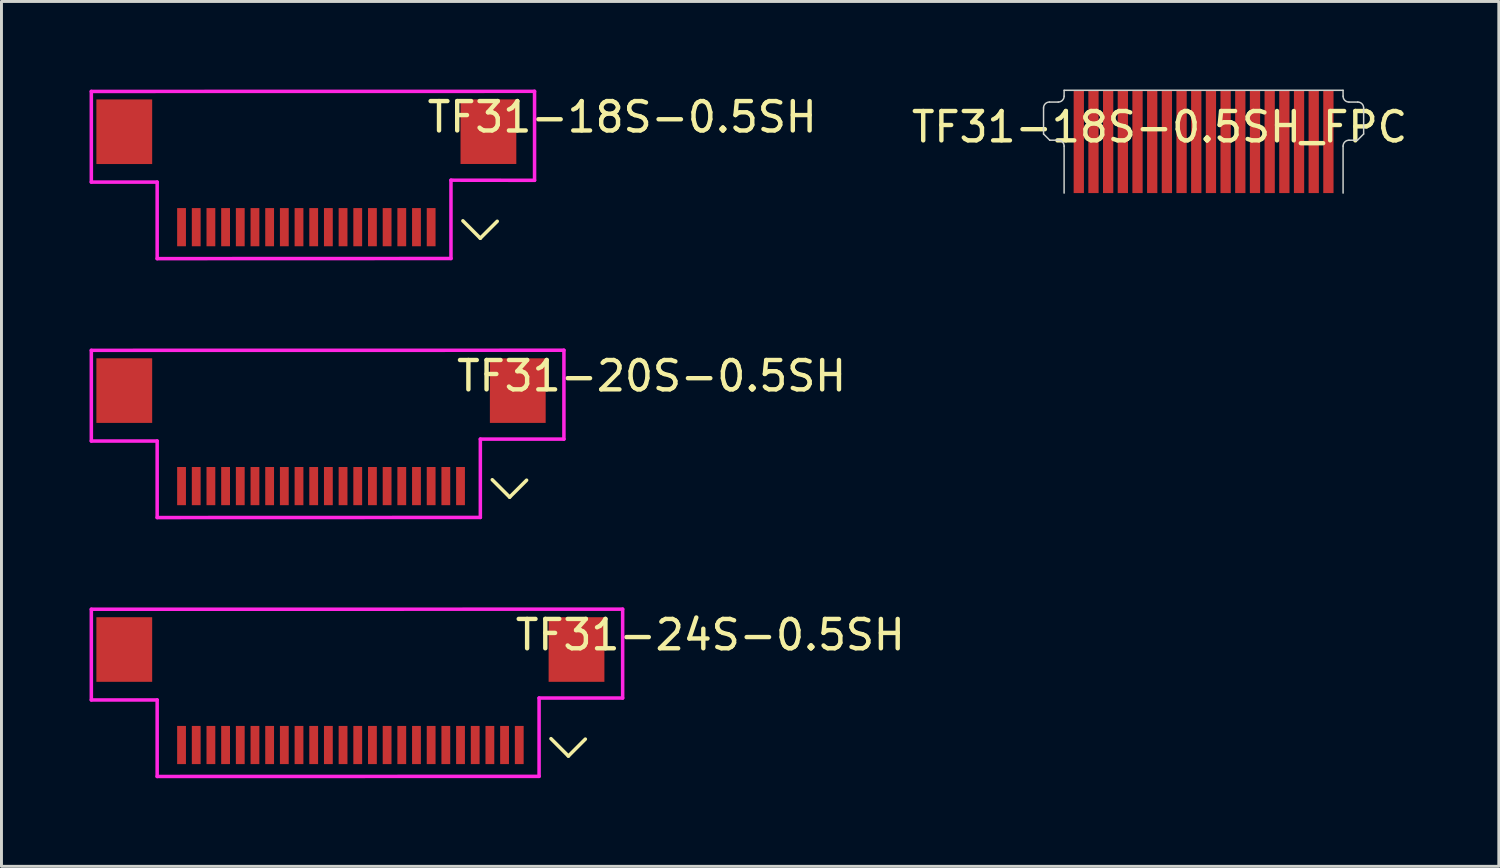
<source format=kicad_pcb>
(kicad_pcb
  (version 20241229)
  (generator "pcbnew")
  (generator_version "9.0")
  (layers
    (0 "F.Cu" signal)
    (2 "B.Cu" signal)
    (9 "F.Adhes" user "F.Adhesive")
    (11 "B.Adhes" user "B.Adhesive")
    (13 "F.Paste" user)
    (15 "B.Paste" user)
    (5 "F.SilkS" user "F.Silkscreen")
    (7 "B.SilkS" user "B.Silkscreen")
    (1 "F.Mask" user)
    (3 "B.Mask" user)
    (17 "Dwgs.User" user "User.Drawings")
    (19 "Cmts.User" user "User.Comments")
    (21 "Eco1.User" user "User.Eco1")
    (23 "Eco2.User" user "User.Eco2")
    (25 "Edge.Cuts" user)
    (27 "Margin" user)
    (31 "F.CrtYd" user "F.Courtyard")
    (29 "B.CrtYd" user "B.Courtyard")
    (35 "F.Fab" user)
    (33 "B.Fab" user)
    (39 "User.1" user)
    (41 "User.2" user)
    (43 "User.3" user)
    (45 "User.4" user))
  (footprint "TF31-18S-0.5SH"
    (layer "F.Cu")
    (at 7.132 4.686)
    (property "Reference" "TF31-18S-0.5SH" (at 11.006 -3.749 0) (unlocked yes) (layer "F.SilkS") (effects (font (size 1 1) (thickness 0.15))))
    (attr smd)
    (fp_line (start 5.581 -0.216) (end 6.173 0.376) (stroke (width 0.12) (type solid)) (layer "F.SilkS"))
    (fp_line (start 6.173 0.376) (end 6.75 -0.201) (stroke (width 0.12) (type solid)) (layer "F.SilkS"))
    (fp_line (start -7.072 -4.623) (end 8.021 -4.626) (stroke (width 0.12) (type solid)) (layer "F.CrtYd"))
    (fp_line (start -7.072 -1.535) (end -7.072 -4.623) (stroke (width 0.12) (type solid)) (layer "F.CrtYd"))
    (fp_line (start -4.83 -1.535) (end -7.072 -1.535) (stroke (width 0.12) (type solid)) (layer "F.CrtYd"))
    (fp_line (start -4.83 1.071) (end -4.83 -1.535) (stroke (width 0.12) (type solid)) (layer "F.CrtYd"))
    (fp_line (start 5.175 -1.6) (end 5.175 1.067) (stroke (width 0.12) (type solid)) (layer "F.CrtYd"))
    (fp_line (start 5.175 1.067) (end -4.83 1.071) (stroke (width 0.12) (type solid)) (layer "F.CrtYd"))
    (fp_line (start 8.021 -4.626) (end 8.021 -1.596) (stroke (width 0.12) (type solid)) (layer "F.CrtYd"))
    (fp_line (start 8.021 -1.596) (end 5.175 -1.6) (stroke (width 0.12) (type solid)) (layer "F.CrtYd"))
    (pad "1" smd rect (at 4.5 0) (size 0.3 1.3) (layers "F.Cu" "F.Mask" "F.Paste"))
    (pad "2" smd rect (at 4 0) (size 0.3 1.3) (layers "F.Cu" "F.Mask" "F.Paste"))
    (pad "3" smd rect (at 3.5 0) (size 0.3 1.3) (layers "F.Cu" "F.Mask" "F.Paste"))
    (pad "4" smd rect (at 3 0) (size 0.3 1.3) (layers "F.Cu" "F.Mask" "F.Paste"))
    (pad "5" smd rect (at 2.5 0) (size 0.3 1.3) (layers "F.Cu" "F.Mask" "F.Paste"))
    (pad "6" smd rect (at 2 0) (size 0.3 1.3) (layers "F.Cu" "F.Mask" "F.Paste"))
    (pad "7" smd rect (at 1.5 0) (size 0.3 1.3) (layers "F.Cu" "F.Mask" "F.Paste"))
    (pad "8" smd rect (at 1 0) (size 0.3 1.3) (layers "F.Cu" "F.Mask" "F.Paste"))
    (pad "9" smd rect (at 0.5 0) (size 0.3 1.3) (layers "F.Cu" "F.Mask" "F.Paste"))
    (pad "10" smd rect (at 0 0) (size 0.3 1.3) (layers "F.Cu" "F.Mask" "F.Paste"))
    (pad "11" smd rect (at -0.5 0) (size 0.3 1.3) (layers "F.Cu" "F.Mask" "F.Paste"))
    (pad "12" smd rect (at -1 0) (size 0.3 1.3) (layers "F.Cu" "F.Mask" "F.Paste"))
    (pad "13" smd rect (at -1.5 0) (size 0.3 1.3) (layers "F.Cu" "F.Mask" "F.Paste"))
    (pad "14" smd rect (at -2 0) (size 0.3 1.3) (layers "F.Cu" "F.Mask" "F.Paste"))
    (pad "15" smd rect (at -2.5 0) (size 0.3 1.3) (layers "F.Cu" "F.Mask" "F.Paste"))
    (pad "16" smd rect (at -3 0) (size 0.3 1.3) (layers "F.Cu" "F.Mask" "F.Paste"))
    (pad "17" smd rect (at -3.5 0) (size 0.3 1.3) (layers "F.Cu" "F.Mask" "F.Paste"))
    (pad "18" smd rect (at -4 0) (size 0.3 1.3) (layers "F.Cu" "F.Mask" "F.Paste"))
    (pad "19" smd rect (at 6.45 -3.252) (size 1.9 2.2) (layers "F.Cu" "F.Mask" "F.Paste"))
    (pad "20" smd rect (at -5.95 -3.25) (size 1.9 2.2) (layers "F.Cu" "F.Mask" "F.Paste")))
  (footprint "TF31-24S-0.5SH"
    (layer "F.Cu")
    (at 10.132 22.32)
    (property "Reference" "TF31-24S-0.5SH" (at 11.006 -3.749 0) (unlocked yes) (layer "F.SilkS") (effects (font (size 1 1) (thickness 0.15))))
    (attr smd)
    (fp_line (start 5.581 -0.216) (end 6.173 0.376) (stroke (width 0.12) (type solid)) (layer "F.SilkS"))
    (fp_line (start 6.173 0.376) (end 6.75 -0.201) (stroke (width 0.12) (type solid)) (layer "F.SilkS"))
    (fp_line (start -10.072 -4.623) (end 8.021 -4.626) (stroke (width 0.12) (type solid)) (layer "F.CrtYd"))
    (fp_line (start -10.072 -1.535) (end -10.072 -4.623) (stroke (width 0.12) (type solid)) (layer "F.CrtYd"))
    (fp_line (start -7.83 -1.535) (end -10.072 -1.535) (stroke (width 0.12) (type solid)) (layer "F.CrtYd"))
    (fp_line (start -7.83 1.071) (end -7.83 -1.535) (stroke (width 0.12) (type solid)) (layer "F.CrtYd"))
    (fp_line (start 5.175 -1.6) (end 5.175 1.067) (stroke (width 0.12) (type solid)) (layer "F.CrtYd"))
    (fp_line (start 5.175 1.067) (end -7.83 1.071) (stroke (width 0.12) (type solid)) (layer "F.CrtYd"))
    (fp_line (start 8.021 -4.626) (end 8.021 -1.6) (stroke (width 0.12) (type solid)) (layer "F.CrtYd"))
    (fp_line (start 8.021 -1.6) (end 5.175 -1.6) (stroke (width 0.12) (type solid)) (layer "F.CrtYd"))
    (pad "1" smd rect (at 4.5 0) (size 0.3 1.3) (layers "F.Cu" "F.Mask" "F.Paste"))
    (pad "2" smd rect (at 4 0) (size 0.3 1.3) (layers "F.Cu" "F.Mask" "F.Paste"))
    (pad "3" smd rect (at 3.5 0) (size 0.3 1.3) (layers "F.Cu" "F.Mask" "F.Paste"))
    (pad "4" smd rect (at 3 0) (size 0.3 1.3) (layers "F.Cu" "F.Mask" "F.Paste"))
    (pad "5" smd rect (at 2.5 0) (size 0.3 1.3) (layers "F.Cu" "F.Mask" "F.Paste"))
    (pad "6" smd rect (at 2 0) (size 0.3 1.3) (layers "F.Cu" "F.Mask" "F.Paste"))
    (pad "7" smd rect (at 1.5 0) (size 0.3 1.3) (layers "F.Cu" "F.Mask" "F.Paste"))
    (pad "8" smd rect (at 1 0) (size 0.3 1.3) (layers "F.Cu" "F.Mask" "F.Paste"))
    (pad "9" smd rect (at 0.5 0) (size 0.3 1.3) (layers "F.Cu" "F.Mask" "F.Paste"))
    (pad "10" smd rect (at 0 0) (size 0.3 1.3) (layers "F.Cu" "F.Mask" "F.Paste"))
    (pad "11" smd rect (at -0.5 0) (size 0.3 1.3) (layers "F.Cu" "F.Mask" "F.Paste"))
    (pad "12" smd rect (at -1 0) (size 0.3 1.3) (layers "F.Cu" "F.Mask" "F.Paste"))
    (pad "13" smd rect (at -1.5 0) (size 0.3 1.3) (layers "F.Cu" "F.Mask" "F.Paste"))
    (pad "14" smd rect (at -2 0) (size 0.3 1.3) (layers "F.Cu" "F.Mask" "F.Paste"))
    (pad "15" smd rect (at -2.5 0) (size 0.3 1.3) (layers "F.Cu" "F.Mask" "F.Paste"))
    (pad "16" smd rect (at -3 0) (size 0.3 1.3) (layers "F.Cu" "F.Mask" "F.Paste"))
    (pad "17" smd rect (at -3.5 0) (size 0.3 1.3) (layers "F.Cu" "F.Mask" "F.Paste"))
    (pad "18" smd rect (at -4 0) (size 0.3 1.3) (layers "F.Cu" "F.Mask" "F.Paste"))
    (pad "19" smd rect (at -4.5 0) (size 0.3 1.3) (layers "F.Cu" "F.Mask" "F.Paste"))
    (pad "20" smd rect (at -5 0) (size 0.3 1.3) (layers "F.Cu" "F.Mask" "F.Paste"))
    (pad "21" smd rect (at -5.5 0) (size 0.3 1.3) (layers "F.Cu" "F.Mask" "F.Paste"))
    (pad "22" smd rect (at -6 0) (size 0.3 1.3) (layers "F.Cu" "F.Mask" "F.Paste"))
    (pad "23" smd rect (at -6.5 0) (size 0.3 1.3) (layers "F.Cu" "F.Mask" "F.Paste"))
    (pad "24" smd rect (at -7 0) (size 0.3 1.3) (layers "F.Cu" "F.Mask" "F.Paste"))
    (pad "25" smd rect (at 6.45 -3.252) (size 1.9 2.2) (layers "F.Cu" "F.Mask" "F.Paste"))
    (pad "26" smd rect (at -8.95 -3.252) (size 1.9 2.2) (layers "F.Cu" "F.Mask" "F.Paste")))
  (footprint "TF31-18S-0.5SH_FPC"
    (layer "F.Cu")
    (at 36.436 1.775)
    (property "Reference" "TF31-18S-0.5SH_FPC" (at 0 -0.5 0) (unlocked yes) (layer "F.SilkS") (effects (font (size 1 1) (thickness 0.15))))
    (attr smd)
    (fp_line (start -3.95 -0.262) (end -3.95 -1.15) (stroke (width 0.05) (type solid)) (layer "Edge.Cuts"))
    (fp_line (start -3.75 -1.35) (end -3.45 -1.35) (stroke (width 0.05) (type solid)) (layer "Edge.Cuts"))
    (fp_line (start -3.738 -0.05) (end -3.95 -0.262) (stroke (width 0.05) (type solid)) (layer "Edge.Cuts"))
    (fp_line (start -3.45 -0.05) (end -3.738 -0.05) (stroke (width 0.05) (type solid)) (layer "Edge.Cuts"))
    (fp_line (start -3.25 -1.75) (end 6.25 -1.75) (stroke (width 0.05) (type solid)) (layer "Edge.Cuts"))
    (fp_line (start -3.25 -1.55) (end -3.25 -1.75) (stroke (width 0.05) (type solid)) (layer "Edge.Cuts"))
    (fp_line (start -3.25 1.75) (end -3.25 0.15) (stroke (width 0.05) (type solid)) (layer "Edge.Cuts"))
    (fp_line (start 6.25 -1.55) (end 6.25 -1.75) (stroke (width 0.05) (type solid)) (layer "Edge.Cuts"))
    (fp_line (start 6.25 1.75) (end 6.25 0.15) (stroke (width 0.05) (type solid)) (layer "Edge.Cuts"))
    (fp_line (start 6.45 -0.05) (end 6.738 -0.05) (stroke (width 0.05) (type solid)) (layer "Edge.Cuts"))
    (fp_line (start 6.738 -0.05) (end 6.95 -0.262) (stroke (width 0.05) (type solid)) (layer "Edge.Cuts"))
    (fp_line (start 6.75 -1.35) (end 6.45 -1.35) (stroke (width 0.05) (type solid)) (layer "Edge.Cuts"))
    (fp_line (start 6.95 -0.262) (end 6.95 -1.15) (stroke (width 0.05) (type solid)) (layer "Edge.Cuts"))
    (fp_arc (start -3.95 -1.15) (mid -3.891421 -1.291421) (end -3.75 -1.35) (stroke (width 0.05) (type solid)) (layer "Edge.Cuts"))
    (fp_arc (start -3.45 -0.05) (mid -3.308579 0.008579) (end -3.25 0.15) (stroke (width 0.05) (type solid)) (layer "Edge.Cuts"))
    (fp_arc (start -3.25 -1.55) (mid -3.308579 -1.408579) (end -3.45 -1.35) (stroke (width 0.05) (type solid)) (layer "Edge.Cuts"))
    (fp_arc (start 6.25 0.15) (mid 6.308579 0.008579) (end 6.45 -0.05) (stroke (width 0.05) (type solid)) (layer "Edge.Cuts"))
    (fp_arc (start 6.45 -1.35) (mid 6.308579 -1.408579) (end 6.25 -1.55) (stroke (width 0.05) (type solid)) (layer "Edge.Cuts"))
    (fp_arc (start 6.75 -1.35) (mid 6.891421 -1.291421) (end 6.95 -1.15) (stroke (width 0.05) (type solid)) (layer "Edge.Cuts"))
    (pad "1" smd rect (at -2.75 0) (size 0.35 3.5) (layers "F.Cu" "F.Mask" "F.Paste"))
    (pad "2" smd rect (at -2.25 0) (size 0.35 3.5) (layers "F.Cu" "F.Mask" "F.Paste"))
    (pad "3" smd rect (at -1.75 0) (size 0.35 3.5) (layers "F.Cu" "F.Mask" "F.Paste"))
    (pad "4" smd rect (at -1.25 0) (size 0.35 3.5) (layers "F.Cu" "F.Mask" "F.Paste"))
    (pad "5" smd rect (at -0.75 0) (size 0.35 3.5) (layers "F.Cu" "F.Mask" "F.Paste"))
    (pad "6" smd rect (at -0.25 0) (size 0.35 3.5) (layers "F.Cu" "F.Mask" "F.Paste"))
    (pad "7" smd rect (at 0.25 0) (size 0.35 3.5) (layers "F.Cu" "F.Mask" "F.Paste"))
    (pad "8" smd rect (at 0.75 0) (size 0.35 3.5) (layers "F.Cu" "F.Mask" "F.Paste"))
    (pad "9" smd rect (at 1.25 0) (size 0.35 3.5) (layers "F.Cu" "F.Mask" "F.Paste"))
    (pad "10" smd rect (at 1.75 0) (size 0.35 3.5) (layers "F.Cu" "F.Mask" "F.Paste"))
    (pad "11" smd rect (at 2.25 0) (size 0.35 3.5) (layers "F.Cu" "F.Mask" "F.Paste"))
    (pad "12" smd rect (at 2.75 0) (size 0.35 3.5) (layers "F.Cu" "F.Mask" "F.Paste"))
    (pad "13" smd rect (at 3.25 0) (size 0.35 3.5) (layers "F.Cu" "F.Mask" "F.Paste"))
    (pad "14" smd rect (at 3.75 0) (size 0.35 3.5) (layers "F.Cu" "F.Mask" "F.Paste"))
    (pad "15" smd rect (at 4.25 0) (size 0.35 3.5) (layers "F.Cu" "F.Mask" "F.Paste"))
    (pad "16" smd rect (at 4.75 0) (size 0.35 3.5) (layers "F.Cu" "F.Mask" "F.Paste"))
    (pad "17" smd rect (at 5.25 0) (size 0.35 3.5) (layers "F.Cu" "F.Mask" "F.Paste"))
    (pad "18" smd rect (at 5.75 0) (size 0.35 3.5) (layers "F.Cu" "F.Mask" "F.Paste")))
  (footprint "TF31-20S-0.5SH"
    (layer "F.Cu")
    (at 8.132 13.503)
    (property "Reference" "TF31-20S-0.5SH" (at 11.006 -3.749 0) (unlocked yes) (layer "F.SilkS") (effects (font (size 1 1) (thickness 0.15))))
    (attr smd)
    (fp_line (start 5.581 -0.216) (end 6.173 0.376) (stroke (width 0.12) (type solid)) (layer "F.SilkS"))
    (fp_line (start 6.173 0.376) (end 6.75 -0.201) (stroke (width 0.12) (type solid)) (layer "F.SilkS"))
    (fp_line (start -8.072 -4.623) (end 8.021 -4.626) (stroke (width 0.12) (type solid)) (layer "F.CrtYd"))
    (fp_line (start -8.072 -1.535) (end -8.072 -4.623) (stroke (width 0.12) (type solid)) (layer "F.CrtYd"))
    (fp_line (start -5.83 -1.535) (end -8.072 -1.535) (stroke (width 0.12) (type solid)) (layer "F.CrtYd"))
    (fp_line (start -5.83 1.071) (end -5.83 -1.535) (stroke (width 0.12) (type solid)) (layer "F.CrtYd"))
    (fp_line (start 5.175 -1.6) (end 5.175 1.067) (stroke (width 0.12) (type solid)) (layer "F.CrtYd"))
    (fp_line (start 5.175 1.067) (end -5.83 1.071) (stroke (width 0.12) (type solid)) (layer "F.CrtYd"))
    (fp_line (start 8.021 -4.626) (end 8.021 -1.6) (stroke (width 0.12) (type solid)) (layer "F.CrtYd"))
    (fp_line (start 8.021 -1.6) (end 5.175 -1.6) (stroke (width 0.12) (type solid)) (layer "F.CrtYd"))
    (pad "1" smd rect (at 4.5 0) (size 0.3 1.3) (layers "F.Cu" "F.Mask" "F.Paste"))
    (pad "2" smd rect (at 4 0) (size 0.3 1.3) (layers "F.Cu" "F.Mask" "F.Paste"))
    (pad "3" smd rect (at 3.5 0) (size 0.3 1.3) (layers "F.Cu" "F.Mask" "F.Paste"))
    (pad "4" smd rect (at 3 0) (size 0.3 1.3) (layers "F.Cu" "F.Mask" "F.Paste"))
    (pad "5" smd rect (at 2.5 0) (size 0.3 1.3) (layers "F.Cu" "F.Mask" "F.Paste"))
    (pad "6" smd rect (at 2 0) (size 0.3 1.3) (layers "F.Cu" "F.Mask" "F.Paste"))
    (pad "7" smd rect (at 1.5 0) (size 0.3 1.3) (layers "F.Cu" "F.Mask" "F.Paste"))
    (pad "8" smd rect (at 1 0) (size 0.3 1.3) (layers "F.Cu" "F.Mask" "F.Paste"))
    (pad "9" smd rect (at 0.5 0) (size 0.3 1.3) (layers "F.Cu" "F.Mask" "F.Paste"))
    (pad "10" smd rect (at 0 0) (size 0.3 1.3) (layers "F.Cu" "F.Mask" "F.Paste"))
    (pad "11" smd rect (at -0.5 0) (size 0.3 1.3) (layers "F.Cu" "F.Mask" "F.Paste"))
    (pad "12" smd rect (at -1 0) (size 0.3 1.3) (layers "F.Cu" "F.Mask" "F.Paste"))
    (pad "13" smd rect (at -1.5 0) (size 0.3 1.3) (layers "F.Cu" "F.Mask" "F.Paste"))
    (pad "14" smd rect (at -2 0) (size 0.3 1.3) (layers "F.Cu" "F.Mask" "F.Paste"))
    (pad "15" smd rect (at -2.5 0) (size 0.3 1.3) (layers "F.Cu" "F.Mask" "F.Paste"))
    (pad "16" smd rect (at -3 0) (size 0.3 1.3) (layers "F.Cu" "F.Mask" "F.Paste"))
    (pad "17" smd rect (at -3.5 0) (size 0.3 1.3) (layers "F.Cu" "F.Mask" "F.Paste"))
    (pad "18" smd rect (at -4 0) (size 0.3 1.3) (layers "F.Cu" "F.Mask" "F.Paste"))
    (pad "19" smd rect (at -4.5 0) (size 0.3 1.3) (layers "F.Cu" "F.Mask" "F.Paste"))
    (pad "20" smd rect (at -5 0) (size 0.3 1.3) (layers "F.Cu" "F.Mask" "F.Paste"))
    (pad "21" smd rect (at 6.45 -3.252) (size 1.9 2.2) (layers "F.Cu" "F.Mask" "F.Paste"))
    (pad "22" smd rect (at -6.95 -3.252) (size 1.9 2.2) (layers "F.Cu" "F.Mask" "F.Paste")))
  (gr_rect
    (start -3 -3)
    (end 47.989 26.451)
    (stroke (width 0.1) (type default))
    (fill no)
    (layer "Edge.Cuts")))
</source>
